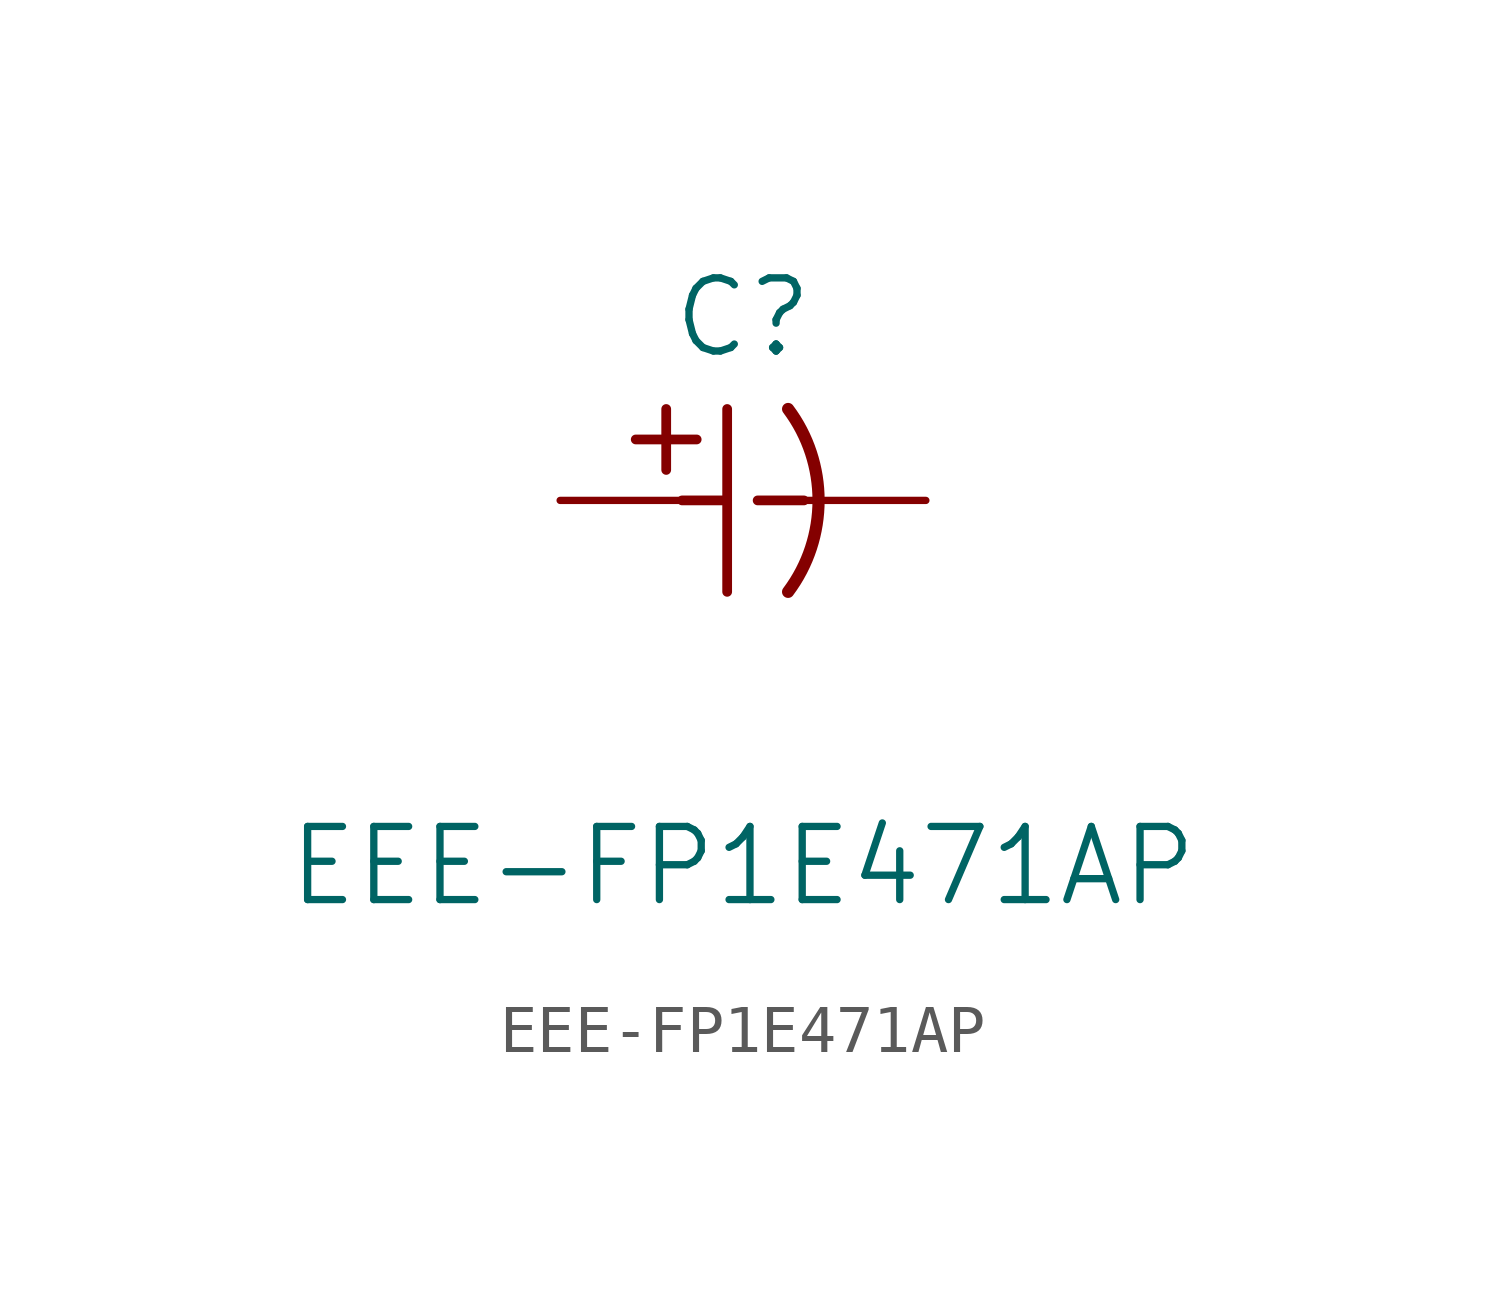
<source format=kicad_sym>
(kicad_symbol_lib
  (version 20211014)
  (generator kicad_symbol_editor)
  (symbol "EEE-FP1E471AP"
    (pin_numbers hide)
    (pin_names
      (offset 1.651) hide)
    (property "Reference" "C"
      (at 3.81 3.81 0)
      (effects (font (size 1.524 1.524))))
    (property "Value" "EEE-FP1E471AP"
      (at 3.81 -7.62 0)
      (effects (font (size 1.524 1.524))))
    (property "Datasheet" ""
      (at 0 0 0)
      (effects (font (size 1.524 1.524))))
    (property "ki_locked" ""
      (at 0 0 0)
      (effects (font (size 1.27 1.27))))
    (symbol "EEE-FP1E471AP_1_1"
      (polyline (pts (xy 1.575 1.27) (xy 2.845 1.27)) (stroke (width 0.203) (type default) (color 0 0 0 0)) (fill (type none)))
      (polyline (pts (xy 2.21 0.635) (xy 2.21 1.905)) (stroke (width 0.203) (type default) (color 0 0 0 0)) (fill (type none)))
      (polyline (pts (xy 2.54 0) (xy 3.48 0)) (stroke (width 0.203) (type default) (color 0 0 0 0)) (fill (type none)))
      (polyline (pts (xy 3.48 -1.905) (xy 3.48 1.905)) (stroke (width 0.203) (type default) (color 0 0 0 0)) (fill (type none)))
      (polyline (pts (xy 4.115 0) (xy 5.08 0)) (stroke (width 0.203) (type default) (color 0 0 0 0)) (fill (type none)))
      (arc (start 4.7498 -1.905) (mid 10.4648 0) (end 4.7498 1.905) (stroke (width 0.254) (type default) (color 0 0 0 0)) (fill (type none)))
      (pin unspecified line (at 0 0 0) (length 2.54) (name "1" (effects (font (size 1.499 1.499)))) (number "1" (effects (font (size 1.499 1.499)))))
      (pin unspecified line (at 7.62 0 180) (length 2.54) (name "2" (effects (font (size 1.499 1.499)))) (number "2" (effects (font (size 1.499 1.499))))))))
</source>
